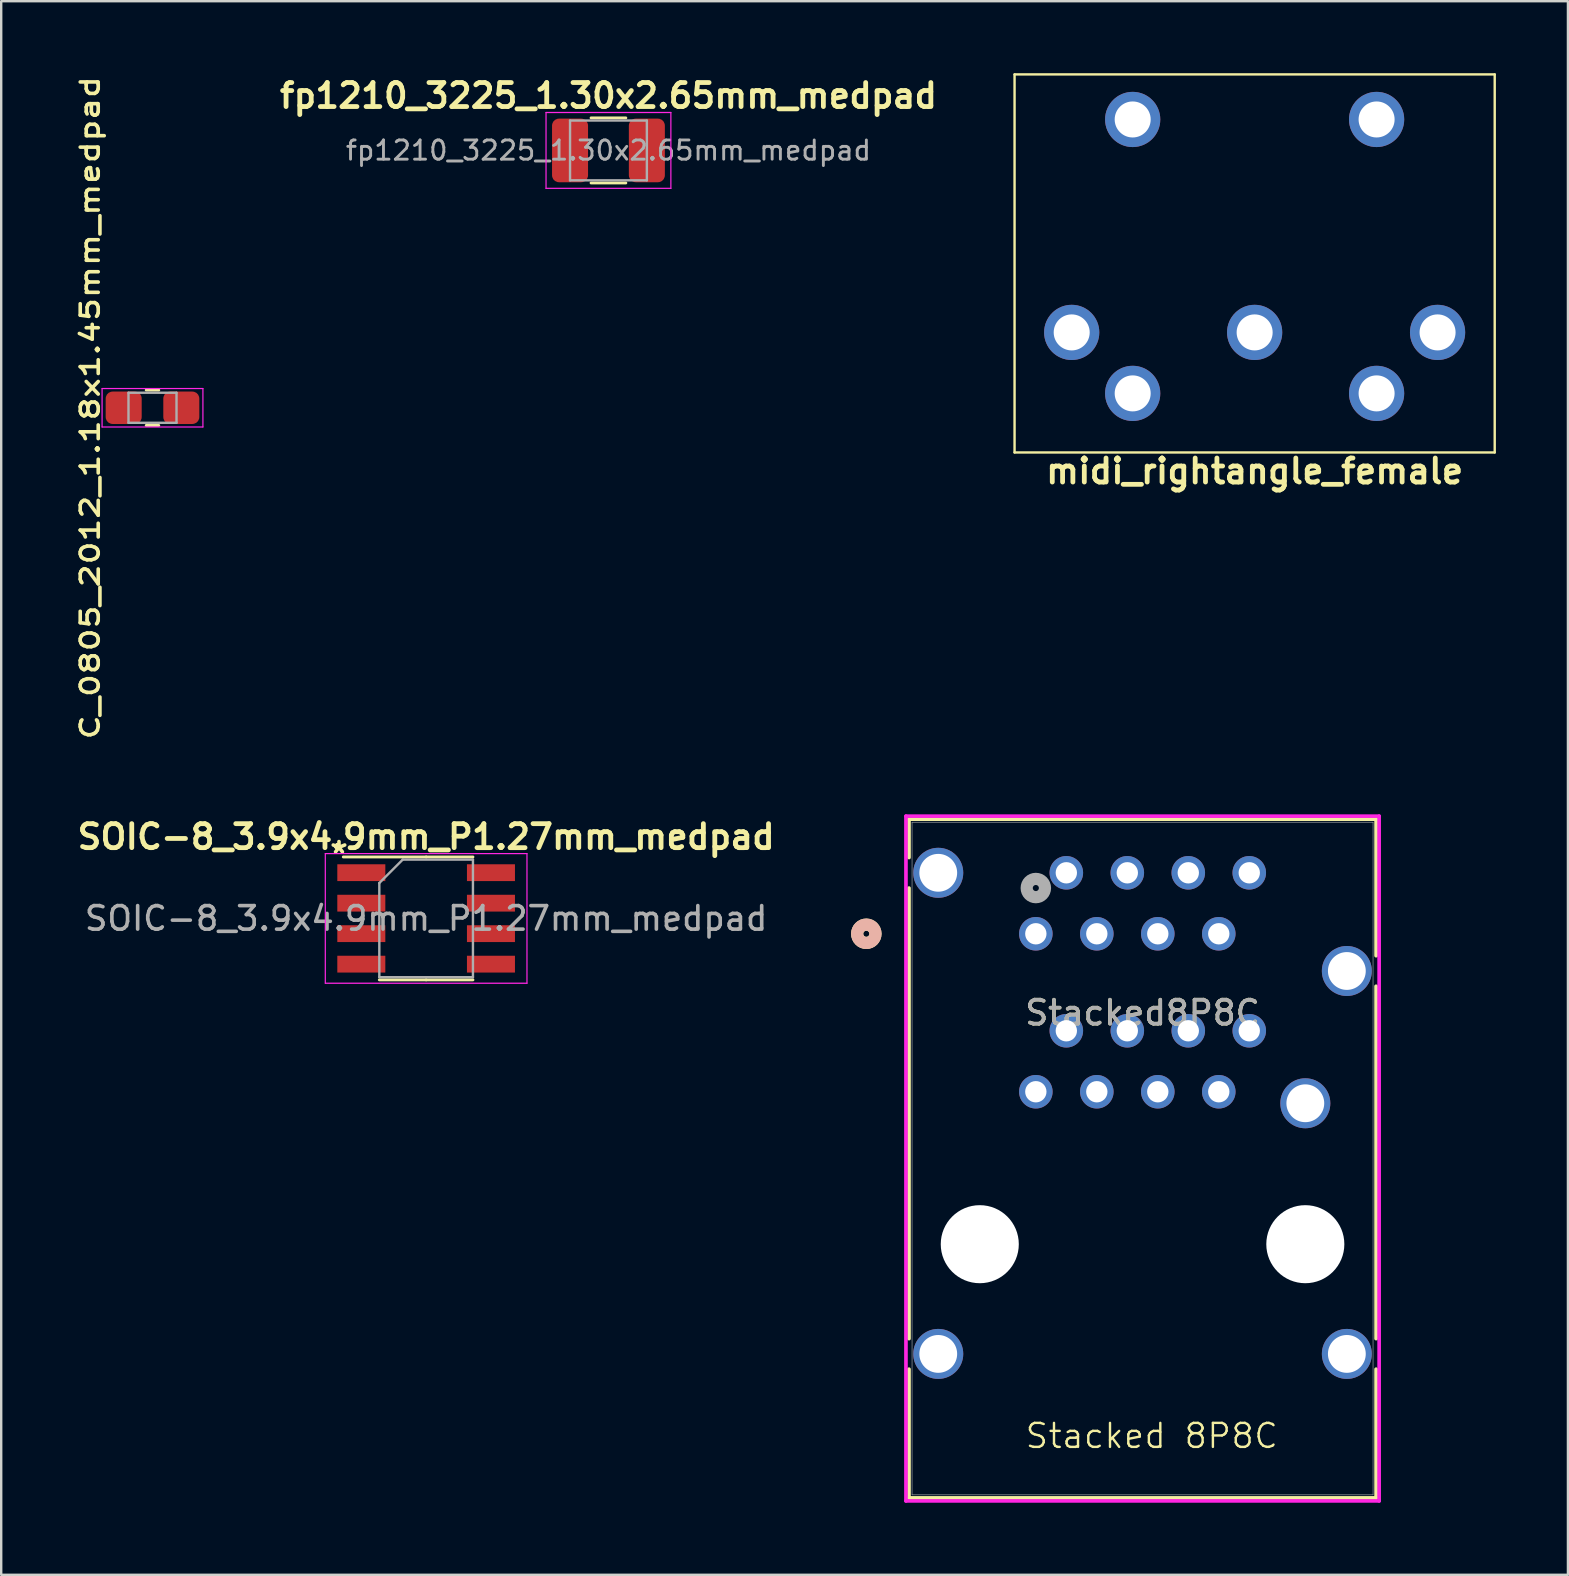
<source format=kicad_pcb>
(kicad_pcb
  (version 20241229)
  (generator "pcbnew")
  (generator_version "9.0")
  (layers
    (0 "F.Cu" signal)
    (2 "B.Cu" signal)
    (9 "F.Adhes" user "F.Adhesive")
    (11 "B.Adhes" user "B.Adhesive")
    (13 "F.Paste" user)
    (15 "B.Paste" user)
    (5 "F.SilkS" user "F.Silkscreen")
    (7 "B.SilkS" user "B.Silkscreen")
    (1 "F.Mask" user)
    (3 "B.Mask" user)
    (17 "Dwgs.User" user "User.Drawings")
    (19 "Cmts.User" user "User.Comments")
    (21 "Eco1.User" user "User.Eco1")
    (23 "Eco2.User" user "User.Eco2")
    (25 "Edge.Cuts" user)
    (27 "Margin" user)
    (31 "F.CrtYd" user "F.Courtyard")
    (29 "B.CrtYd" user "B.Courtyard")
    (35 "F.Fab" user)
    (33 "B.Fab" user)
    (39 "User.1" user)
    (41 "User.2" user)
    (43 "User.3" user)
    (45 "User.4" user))
  (footprint "C_0805_2012_1.18x1.45mm_medpad"
    (layer "F.Cu")
    (at 3.302 13.935)
    (property "Reference" "C_0805_2012_1.18x1.45mm_medpad" (at -2.6 0 90) (layer "F.SilkS") (effects (font (size 0.75 1) (thickness 0.15) (bold yes))))
    (attr smd)
    (fp_line (start -0.261 -0.735) (end 0.261 -0.735) (stroke (width 0.12) (type solid)) (layer "F.SilkS"))
    (fp_line (start -0.261 0.735) (end 0.261 0.735) (stroke (width 0.12) (type solid)) (layer "F.SilkS"))
    (fp_line (start -2.1 -0.8) (end 2.1 -0.8) (stroke (width 0.05) (type solid)) (layer "F.CrtYd"))
    (fp_line (start -2.1 0.8) (end -2.1 -0.8) (stroke (width 0.05) (type solid)) (layer "F.CrtYd"))
    (fp_line (start 2.1 -0.8) (end 2.1 0.8) (stroke (width 0.05) (type solid)) (layer "F.CrtYd"))
    (fp_line (start 2.1 0.8) (end -2.1 0.8) (stroke (width 0.05) (type solid)) (layer "F.CrtYd"))
    (fp_line (start -1 -0.625) (end 1 -0.625) (stroke (width 0.1) (type solid)) (layer "F.Fab"))
    (fp_line (start -1 0.625) (end -1 -0.625) (stroke (width 0.1) (type solid)) (layer "F.Fab"))
    (fp_line (start 1 -0.625) (end 1 0.625) (stroke (width 0.1) (type solid)) (layer "F.Fab"))
    (fp_line (start 1 0.625) (end -1 0.625) (stroke (width 0.1) (type solid)) (layer "F.Fab"))
    (pad "1" smd roundrect (at -1.2 0) (size 1.5 1.35) (layers "F.Cu" "F.Mask" "F.Paste") (roundrect_rratio 0.213))
    (pad "2" smd roundrect (at 1.2 0) (size 1.5 1.35) (layers "F.Cu" "F.Mask" "F.Paste") (roundrect_rratio 0.213)))
  (footprint "SOIC-8_3.9x4.9mm_P1.27mm_medpad"
    (layer "F.Cu")
    (at 14.7 35.205)
    (property "Reference" "SOIC-8_3.9x4.9mm_P1.27mm_medpad" (at 0 -3.4 0) (layer "F.SilkS") (effects (font (size 1 1) (thickness 0.2) (bold yes))))
    (attr smd)
    (fp_line (start 0 -2.56) (end -3.45 -2.56) (stroke (width 0.12) (type solid)) (layer "F.SilkS"))
    (fp_line (start 0 -2.56) (end 1.95 -2.56) (stroke (width 0.12) (type solid)) (layer "F.SilkS"))
    (fp_line (start 0 2.56) (end -1.95 2.56) (stroke (width 0.12) (type solid)) (layer "F.SilkS"))
    (fp_line (start 0 2.56) (end 1.95 2.56) (stroke (width 0.12) (type solid)) (layer "F.SilkS"))
    (fp_line (start -4.2 -2.7) (end -4.2 2.7) (stroke (width 0.05) (type solid)) (layer "F.CrtYd"))
    (fp_line (start -4.2 2.7) (end 4.2 2.7) (stroke (width 0.05) (type solid)) (layer "F.CrtYd"))
    (fp_line (start 4.2 -2.7) (end -4.2 -2.7) (stroke (width 0.05) (type solid)) (layer "F.CrtYd"))
    (fp_line (start 4.2 2.7) (end 4.2 -2.7) (stroke (width 0.05) (type solid)) (layer "F.CrtYd"))
    (fp_line (start -1.95 -1.475) (end -0.975 -2.45) (stroke (width 0.1) (type solid)) (layer "F.Fab"))
    (fp_line (start -1.95 2.45) (end -1.95 -1.475) (stroke (width 0.1) (type solid)) (layer "F.Fab"))
    (fp_line (start -0.975 -2.45) (end 1.95 -2.45) (stroke (width 0.1) (type solid)) (layer "F.Fab"))
    (fp_line (start 1.95 -2.45) (end 1.95 2.45) (stroke (width 0.1) (type solid)) (layer "F.Fab"))
    (fp_line (start 1.95 2.45) (end -1.95 2.45) (stroke (width 0.1) (type solid)) (layer "F.Fab"))
    (fp_text user "*" (at -4.11 -2.07 0) (unlocked yes) (layer "F.SilkS") (effects (font (size 1 1) (thickness 0.15)) (justify left bottom)))
    (fp_text user "${REFERENCE}" (at 0 0 0) (layer "F.Fab") (effects (font (size 0.98 0.98) (thickness 0.15))))
    (pad "1" smd rect (at -2.7 -1.905) (size 2 0.7) (layers "F.Cu" "F.Mask" "F.Paste"))
    (pad "2" smd rect (at -2.7 -0.635) (size 2 0.7) (layers "F.Cu" "F.Mask" "F.Paste"))
    (pad "3" smd rect (at -2.7 0.635) (size 2 0.7) (layers "F.Cu" "F.Mask" "F.Paste"))
    (pad "4" smd rect (at -2.7 1.905) (size 2 0.7) (layers "F.Cu" "F.Mask" "F.Paste"))
    (pad "5" smd rect (at 2.7 1.905) (size 2 0.7) (layers "F.Cu" "F.Mask" "F.Paste"))
    (pad "6" smd rect (at 2.7 0.635) (size 2 0.7) (layers "F.Cu" "F.Mask" "F.Paste"))
    (pad "7" smd rect (at 2.7 -0.635) (size 2 0.7) (layers "F.Cu" "F.Mask" "F.Paste"))
    (pad "8" smd rect (at 2.7 -1.905) (size 2 0.7) (layers "F.Cu" "F.Mask" "F.Paste")))
  (footprint "midi_rightangle_female"
    (layer "F.Cu")
    (at 49.21 10.796)
    (property "Reference" "midi_rightangle_female" (at 0 5.78 0) (layer "F.SilkS") (effects (font (size 1 1) (thickness 0.2) (bold yes))))
    (attr through_hole)
    (fp_line (start -10 -10.746) (end -10 5) (stroke (width 0.1) (type solid)) (layer "F.SilkS"))
    (fp_line (start 10 -10.746) (end -10 -10.746) (stroke (width 0.1) (type solid)) (layer "F.SilkS"))
    (fp_line (start 10 -10.746) (end 10 5) (stroke (width 0.1) (type solid)) (layer "F.SilkS"))
    (fp_line (start 10 5) (end -10 5) (stroke (width 0.1) (type solid)) (layer "F.SilkS"))
    (pad "" thru_hole circle (at -5.08 -8.87) (size 2.3 2.3) (drill 1.5) (layers "*.Cu" "*.Mask"))
    (pad "" thru_hole circle (at 5.08 -8.87) (size 2.3 2.3) (drill 1.5) (layers "*.Cu" "*.Mask"))
    (pad "1" thru_hole circle (at -7.62 0) (size 2.3 2.3) (drill 1.5) (layers "*.Cu" "*.Mask"))
    (pad "2" thru_hole circle (at 0 0) (size 2.3 2.3) (drill 1.5) (layers "*.Cu" "*.Mask"))
    (pad "3" thru_hole circle (at 7.62 0) (size 2.3 2.3) (drill 1.5) (layers "*.Cu" "*.Mask"))
    (pad "4" thru_hole circle (at -5.08 2.54) (size 2.3 2.3) (drill 1.5) (layers "*.Cu" "*.Mask"))
    (pad "5" thru_hole circle (at 5.08 2.54) (size 2.3 2.3) (drill 1.5) (layers "*.Cu" "*.Mask")))
  (footprint "Stacked8P8C"
    (layer "F.Cu")
    (at 40.096 35.845)
    (property "Reference" "Stacked8P8C" (at 4.445 3.29 0) (unlocked yes) (layer "F.SilkS") (effects (font (size 1 1) (thickness 0.15))))
    (attr through_hole)
    (fp_line (start -5.283 -4.773) (end -5.283 -3.176) (stroke (width 0.152) (type solid)) (layer "F.SilkS"))
    (fp_line (start -5.283 -1.904) (end -5.283 16.864) (stroke (width 0.152) (type solid)) (layer "F.SilkS"))
    (fp_line (start -5.283 18.136) (end -5.283 23.497) (stroke (width 0.152) (type solid)) (layer "F.SilkS"))
    (fp_line (start -5.283 23.497) (end 14.173 23.497) (stroke (width 0.152) (type solid)) (layer "F.SilkS"))
    (fp_line (start 14.173 -4.773) (end -5.283 -4.773) (stroke (width 0.152) (type solid)) (layer "F.SilkS"))
    (fp_line (start 14.173 0.914) (end 14.173 -4.773) (stroke (width 0.152) (type solid)) (layer "F.SilkS"))
    (fp_line (start 14.173 16.864) (end 14.173 2.186) (stroke (width 0.152) (type solid)) (layer "F.SilkS"))
    (fp_line (start 14.173 23.497) (end 14.173 18.136) (stroke (width 0.152) (type solid)) (layer "F.SilkS"))
    (fp_circle (center -7.061 0) (end -6.68 0) (stroke (width 0.508) (type solid)) (fill no) (layer "F.SilkS"))
    (fp_circle (center -7.061 0) (end -6.68 0) (stroke (width 0.508) (type solid)) (fill no) (layer "B.SilkS"))
    (fp_line (start -5.41 -4.9) (end -5.41 23.624) (stroke (width 0.152) (type solid)) (layer "F.CrtYd"))
    (fp_line (start -5.41 23.624) (end 14.3 23.624) (stroke (width 0.152) (type solid)) (layer "F.CrtYd"))
    (fp_line (start 14.3 -4.9) (end -5.41 -4.9) (stroke (width 0.152) (type solid)) (layer "F.CrtYd"))
    (fp_line (start 14.3 23.624) (end 14.3 -4.9) (stroke (width 0.152) (type solid)) (layer "F.CrtYd"))
    (fp_line (start -5.156 -4.646) (end -5.156 23.37) (stroke (width 0.025) (type solid)) (layer "F.Fab"))
    (fp_line (start -5.156 23.37) (end 14.046 23.37) (stroke (width 0.025) (type solid)) (layer "F.Fab"))
    (fp_line (start 14.046 -4.646) (end -5.156 -4.646) (stroke (width 0.025) (type solid)) (layer "F.Fab"))
    (fp_line (start 14.046 23.37) (end 14.046 -4.646) (stroke (width 0.025) (type solid)) (layer "F.Fab"))
    (fp_circle (center 0 -1.905) (end 0.381 -1.905) (stroke (width 0.508) (type solid)) (fill no) (layer "F.Fab"))
    (fp_text user "Stacked 8P8C" (at -0.5 21.5 0) (unlocked yes) (layer "F.SilkS") (effects (font (size 1 1) (thickness 0.1)) (justify left bottom)))
    (fp_text user "${REFERENCE}" (at 4.445 3.29 0) (unlocked yes) (layer "F.Fab") (effects (font (size 1 1) (thickness 0.15))))
    (pad "" np_thru_hole circle (at -2.335 12.93) (size 3.251 3.251) (drill 3.251) (layers "*.Cu" "*.Mask"))
    (pad "" np_thru_hole circle (at 11.225 12.93) (size 3.251 3.251) (drill 3.251) (layers "*.Cu" "*.Mask"))
    (pad "1" thru_hole circle (at 0 0) (size 1.397 1.397) (drill 0.889) (layers "*.Cu" "*.Mask"))
    (pad "2" thru_hole circle (at 1.27 -2.54) (size 1.397 1.397) (drill 0.889) (layers "*.Cu" "*.Mask"))
    (pad "3" thru_hole circle (at 2.54 0) (size 1.397 1.397) (drill 0.889) (layers "*.Cu" "*.Mask"))
    (pad "4" thru_hole circle (at 3.81 -2.54) (size 1.397 1.397) (drill 0.889) (layers "*.Cu" "*.Mask"))
    (pad "5" thru_hole circle (at 5.08 0) (size 1.397 1.397) (drill 0.889) (layers "*.Cu" "*.Mask"))
    (pad "6" thru_hole circle (at 6.35 -2.54) (size 1.397 1.397) (drill 0.889) (layers "*.Cu" "*.Mask"))
    (pad "7" thru_hole circle (at 7.62 0) (size 1.397 1.397) (drill 0.889) (layers "*.Cu" "*.Mask"))
    (pad "8" thru_hole circle (at 8.89 -2.54) (size 1.397 1.397) (drill 0.889) (layers "*.Cu" "*.Mask"))
    (pad "9" thru_hole circle (at 0 6.58) (size 1.397 1.397) (drill 0.889) (layers "*.Cu" "*.Mask"))
    (pad "10" thru_hole circle (at 1.27 4.04) (size 1.397 1.397) (drill 0.889) (layers "*.Cu" "*.Mask"))
    (pad "11" thru_hole circle (at 2.54 6.58) (size 1.397 1.397) (drill 0.889) (layers "*.Cu" "*.Mask"))
    (pad "12" thru_hole circle (at 3.81 4.04) (size 1.397 1.397) (drill 0.889) (layers "*.Cu" "*.Mask"))
    (pad "13" thru_hole circle (at 5.08 6.58) (size 1.397 1.397) (drill 0.889) (layers "*.Cu" "*.Mask"))
    (pad "14" thru_hole circle (at 6.35 4.04) (size 1.397 1.397) (drill 0.889) (layers "*.Cu" "*.Mask"))
    (pad "15" thru_hole circle (at 7.62 6.58) (size 1.397 1.397) (drill 0.889) (layers "*.Cu" "*.Mask"))
    (pad "16" thru_hole circle (at 8.89 4.04) (size 1.397 1.397) (drill 0.889) (layers "*.Cu" "*.Mask"))
    (pad "17" thru_hole circle (at -4.065 -2.54) (size 2.083 2.083) (drill 1.575) (layers "*.Cu" "*.Mask"))
    (pad "18" thru_hole circle (at 12.955 1.55) (size 2.083 2.083) (drill 1.575) (layers "*.Cu" "*.Mask"))
    (pad "19" thru_hole circle (at 11.225 7.06) (size 2.083 2.083) (drill 1.575) (layers "*.Cu" "*.Mask"))
    (pad "20" thru_hole circle (at -4.065 17.5) (size 2.083 2.083) (drill 1.575) (layers "*.Cu" "*.Mask"))
    (pad "21" thru_hole circle (at 12.955 17.5) (size 2.083 2.083) (drill 1.575) (layers "*.Cu" "*.Mask")))
  (footprint "fp1210_3225_1.30x2.65mm_medpad"
    (layer "F.Cu")
    (at 22.294 3.216)
    (property "Reference" "fp1210_3225_1.30x2.65mm_medpad" (at 0 -2.28 0) (layer "F.SilkS") (effects (font (size 1 1) (thickness 0.2) (bold yes))))
    (attr smd)
    (fp_line (start -0.724 -1.355) (end 0.724 -1.355) (stroke (width 0.12) (type solid)) (layer "F.SilkS"))
    (fp_line (start -0.724 1.355) (end 0.724 1.355) (stroke (width 0.12) (type solid)) (layer "F.SilkS"))
    (fp_line (start -2.6 -1.58) (end 2.6 -1.58) (stroke (width 0.05) (type solid)) (layer "F.CrtYd"))
    (fp_line (start -2.6 1.58) (end -2.6 -1.58) (stroke (width 0.05) (type solid)) (layer "F.CrtYd"))
    (fp_line (start 2.6 -1.58) (end 2.6 1.58) (stroke (width 0.05) (type solid)) (layer "F.CrtYd"))
    (fp_line (start 2.6 1.58) (end -2.6 1.58) (stroke (width 0.05) (type solid)) (layer "F.CrtYd"))
    (fp_line (start -1.6 -1.245) (end 1.6 -1.245) (stroke (width 0.1) (type solid)) (layer "F.Fab"))
    (fp_line (start -1.6 1.245) (end -1.6 -1.245) (stroke (width 0.1) (type solid)) (layer "F.Fab"))
    (fp_line (start 1.6 -1.245) (end 1.6 1.245) (stroke (width 0.1) (type solid)) (layer "F.Fab"))
    (fp_line (start 1.6 1.245) (end -1.6 1.245) (stroke (width 0.1) (type solid)) (layer "F.Fab"))
    (fp_text user "${REFERENCE}" (at 0 0 0) (layer "F.Fab") (effects (font (size 0.8 0.8) (thickness 0.12))))
    (pad "1" smd roundrect (at -1.6 0) (size 1.5 2.65) (layers "F.Cu" "F.Mask" "F.Paste") (roundrect_rratio 0.192))
    (pad "2" smd roundrect (at 1.6 0) (size 1.5 2.65) (layers "F.Cu" "F.Mask" "F.Paste") (roundrect_rratio 0.192)))
  (gr_rect
    (start -3 -3)
    (end 62.26 62.546)
    (stroke (width 0.1) (type default))
    (fill no)
    (layer "Edge.Cuts")))
</source>
